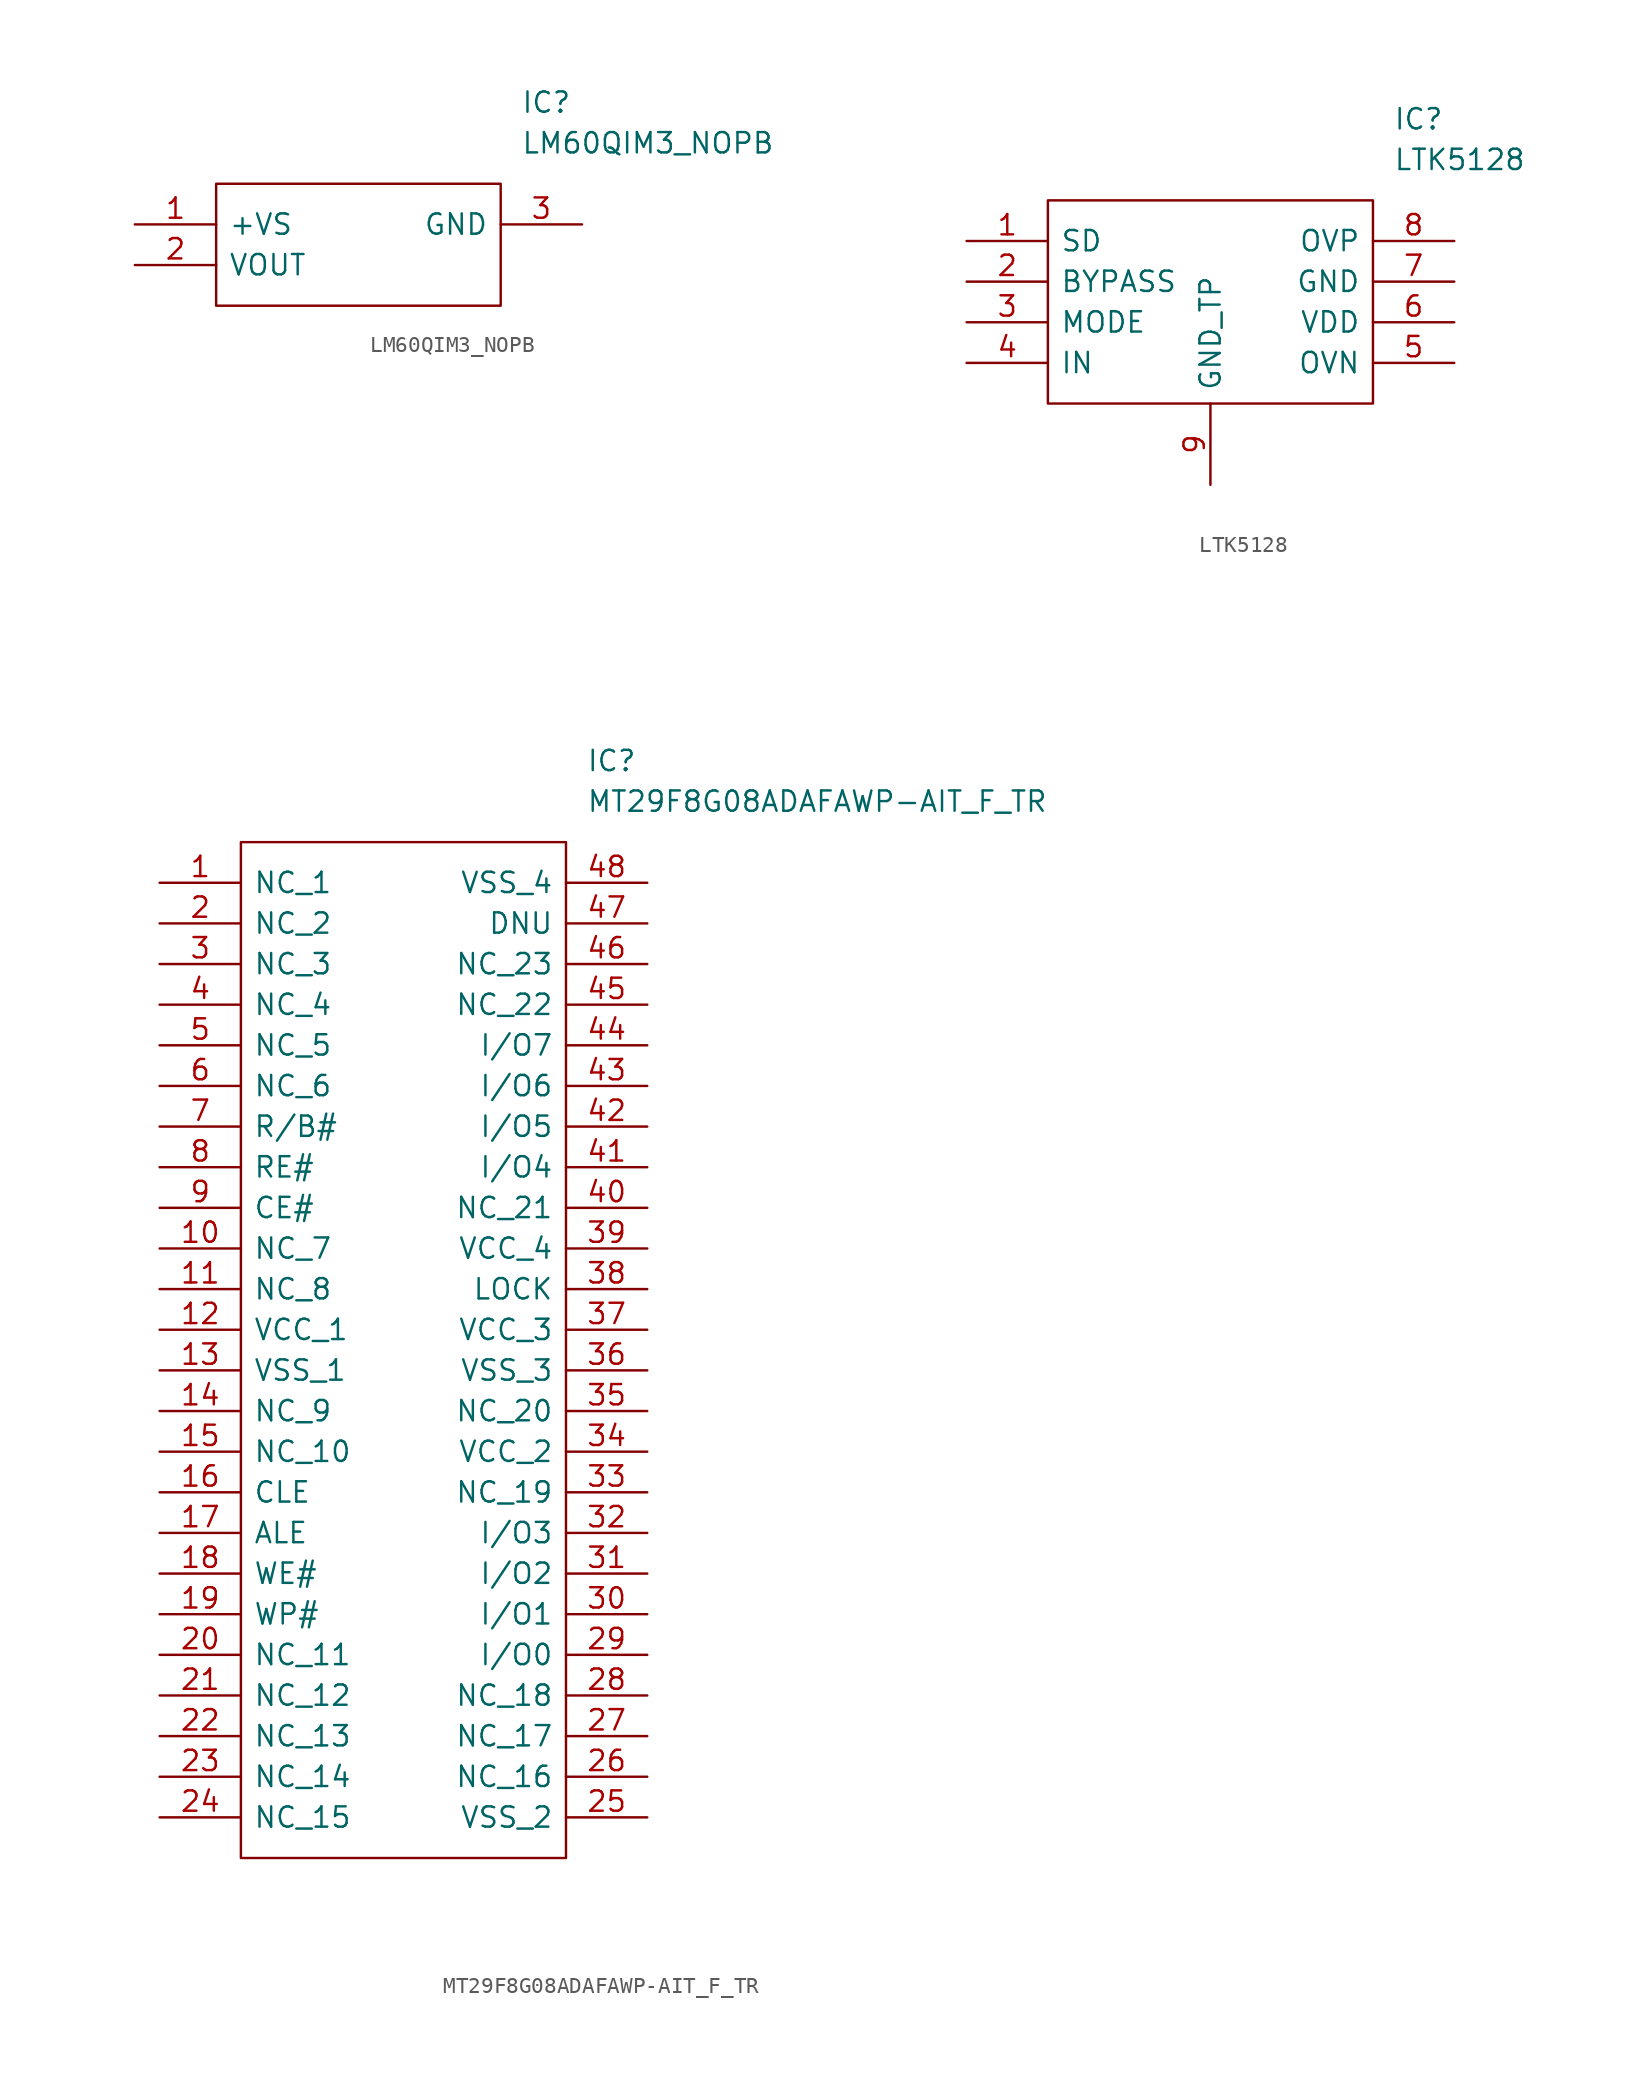
<source format=kicad_sym>
(kicad_symbol_lib
  (version 20211014)
  (generator kicad_symbol_editor)
  (symbol "LM60QIM3_NOPB"
    (pin_names
      (offset 0.762))
    (property "Reference" "IC"
      (at 24.13 7.62 0)
      (effects (font (size 1.27 1.27)) (justify left)))
    (property "Value" "LM60QIM3_NOPB"
      (at 24.13 5.08 0)
      (effects (font (size 1.27 1.27)) (justify left)))
    (symbol "LM60QIM3_NOPB_0_0"
      (pin unspecified line (at 0 0 0) (length 5.08) (name "+VS" (effects (font (size 1.27 1.27)))) (number "1" (effects (font (size 1.27 1.27)))))
      (pin unspecified line (at 0 -2.54 0) (length 5.08) (name "VOUT" (effects (font (size 1.27 1.27)))) (number "2" (effects (font (size 1.27 1.27)))))
      (pin unspecified line (at 27.94 0 180) (length 5.08) (name "GND" (effects (font (size 1.27 1.27)))) (number "3" (effects (font (size 1.27 1.27))))))
    (symbol "LM60QIM3_NOPB_0_1"
      (polyline (pts (xy 5.08 2.54) (xy 22.86 2.54) (xy 22.86 -5.08) (xy 5.08 -5.08) (xy 5.08 2.54)) (stroke (width 0.152) (type default) (color 0 0 0 0)) (fill (type none)))))
  (symbol "LTK5128"
    (pin_names
      (offset 0.762))
    (property "Reference" "IC"
      (at 26.67 7.62 0)
      (effects (font (size 1.27 1.27)) (justify left)))
    (property "Value" "LTK5128"
      (at 26.67 5.08 0)
      (effects (font (size 1.27 1.27)) (justify left)))
    (symbol "LTK5128_0_0"
      (pin input line (at 0 0 0) (length 5.08) (name "SD" (effects (font (size 1.27 1.27)))) (number "1" (effects (font (size 1.27 1.27)))))
      (pin input line (at 0 -2.54 0) (length 5.08) (name "BYPASS" (effects (font (size 1.27 1.27)))) (number "2" (effects (font (size 1.27 1.27)))))
      (pin input line (at 0 -5.08 0) (length 5.08) (name "MODE" (effects (font (size 1.27 1.27)))) (number "3" (effects (font (size 1.27 1.27)))))
      (pin input line (at 0 -7.62 0) (length 5.08) (name "IN" (effects (font (size 1.27 1.27)))) (number "4" (effects (font (size 1.27 1.27)))))
      (pin output line (at 30.48 -7.62 180) (length 5.08) (name "OVN" (effects (font (size 1.27 1.27)))) (number "5" (effects (font (size 1.27 1.27)))))
      (pin power_in line (at 30.48 -5.08 180) (length 5.08) (name "VDD" (effects (font (size 1.27 1.27)))) (number "6" (effects (font (size 1.27 1.27)))))
      (pin power_in line (at 30.48 -2.54 180) (length 5.08) (name "GND" (effects (font (size 1.27 1.27)))) (number "7" (effects (font (size 1.27 1.27)))))
      (pin output line (at 30.48 0 180) (length 5.08) (name "OVP" (effects (font (size 1.27 1.27)))) (number "8" (effects (font (size 1.27 1.27)))))
      (pin power_in line (at 15.24 -15.24 90) (length 5.08) (name "GND_TP" (effects (font (size 1.27 1.27)))) (number "9" (effects (font (size 1.27 1.27))))))
    (symbol "LTK5128_0_1"
      (rectangle (start 5.08 -10.16) (end 25.4 2.54) (stroke (width 0) (type default) (color 0 0 0 0)) (fill (type none)))))
  (symbol "MT29F8G08ADAFAWP-AIT_F_TR"
    (pin_names
      (offset 0.762))
    (property "Reference" "IC"
      (at 26.67 7.62 0)
      (effects (font (size 1.27 1.27)) (justify left)))
    (property "Value" "MT29F8G08ADAFAWP-AIT_F_TR"
      (at 26.67 5.08 0)
      (effects (font (size 1.27 1.27)) (justify left)))
    (symbol "MT29F8G08ADAFAWP-AIT_F_TR_0_0"
      (pin passive line (at 0 0 0) (length 5.08) (name "NC_1" (effects (font (size 1.27 1.27)))) (number "1" (effects (font (size 1.27 1.27)))))
      (pin passive line (at 0 -22.86 0) (length 5.08) (name "NC_7" (effects (font (size 1.27 1.27)))) (number "10" (effects (font (size 1.27 1.27)))))
      (pin passive line (at 0 -25.4 0) (length 5.08) (name "NC_8" (effects (font (size 1.27 1.27)))) (number "11" (effects (font (size 1.27 1.27)))))
      (pin passive line (at 0 -27.94 0) (length 5.08) (name "VCC_1" (effects (font (size 1.27 1.27)))) (number "12" (effects (font (size 1.27 1.27)))))
      (pin passive line (at 0 -30.48 0) (length 5.08) (name "VSS_1" (effects (font (size 1.27 1.27)))) (number "13" (effects (font (size 1.27 1.27)))))
      (pin passive line (at 0 -33.02 0) (length 5.08) (name "NC_9" (effects (font (size 1.27 1.27)))) (number "14" (effects (font (size 1.27 1.27)))))
      (pin passive line (at 0 -35.56 0) (length 5.08) (name "NC_10" (effects (font (size 1.27 1.27)))) (number "15" (effects (font (size 1.27 1.27)))))
      (pin passive line (at 0 -38.1 0) (length 5.08) (name "CLE" (effects (font (size 1.27 1.27)))) (number "16" (effects (font (size 1.27 1.27)))))
      (pin passive line (at 0 -40.64 0) (length 5.08) (name "ALE" (effects (font (size 1.27 1.27)))) (number "17" (effects (font (size 1.27 1.27)))))
      (pin passive line (at 0 -43.18 0) (length 5.08) (name "WE#" (effects (font (size 1.27 1.27)))) (number "18" (effects (font (size 1.27 1.27)))))
      (pin passive line (at 0 -45.72 0) (length 5.08) (name "WP#" (effects (font (size 1.27 1.27)))) (number "19" (effects (font (size 1.27 1.27)))))
      (pin passive line (at 0 -2.54 0) (length 5.08) (name "NC_2" (effects (font (size 1.27 1.27)))) (number "2" (effects (font (size 1.27 1.27)))))
      (pin passive line (at 0 -48.26 0) (length 5.08) (name "NC_11" (effects (font (size 1.27 1.27)))) (number "20" (effects (font (size 1.27 1.27)))))
      (pin passive line (at 0 -50.8 0) (length 5.08) (name "NC_12" (effects (font (size 1.27 1.27)))) (number "21" (effects (font (size 1.27 1.27)))))
      (pin passive line (at 0 -53.34 0) (length 5.08) (name "NC_13" (effects (font (size 1.27 1.27)))) (number "22" (effects (font (size 1.27 1.27)))))
      (pin passive line (at 0 -55.88 0) (length 5.08) (name "NC_14" (effects (font (size 1.27 1.27)))) (number "23" (effects (font (size 1.27 1.27)))))
      (pin passive line (at 0 -58.42 0) (length 5.08) (name "NC_15" (effects (font (size 1.27 1.27)))) (number "24" (effects (font (size 1.27 1.27)))))
      (pin passive line (at 30.48 -58.42 180) (length 5.08) (name "VSS_2" (effects (font (size 1.27 1.27)))) (number "25" (effects (font (size 1.27 1.27)))))
      (pin passive line (at 30.48 -55.88 180) (length 5.08) (name "NC_16" (effects (font (size 1.27 1.27)))) (number "26" (effects (font (size 1.27 1.27)))))
      (pin passive line (at 30.48 -53.34 180) (length 5.08) (name "NC_17" (effects (font (size 1.27 1.27)))) (number "27" (effects (font (size 1.27 1.27)))))
      (pin passive line (at 30.48 -50.8 180) (length 5.08) (name "NC_18" (effects (font (size 1.27 1.27)))) (number "28" (effects (font (size 1.27 1.27)))))
      (pin passive line (at 30.48 -48.26 180) (length 5.08) (name "I/O0" (effects (font (size 1.27 1.27)))) (number "29" (effects (font (size 1.27 1.27)))))
      (pin passive line (at 0 -5.08 0) (length 5.08) (name "NC_3" (effects (font (size 1.27 1.27)))) (number "3" (effects (font (size 1.27 1.27)))))
      (pin passive line (at 30.48 -45.72 180) (length 5.08) (name "I/O1" (effects (font (size 1.27 1.27)))) (number "30" (effects (font (size 1.27 1.27)))))
      (pin passive line (at 30.48 -43.18 180) (length 5.08) (name "I/O2" (effects (font (size 1.27 1.27)))) (number "31" (effects (font (size 1.27 1.27)))))
      (pin passive line (at 30.48 -40.64 180) (length 5.08) (name "I/O3" (effects (font (size 1.27 1.27)))) (number "32" (effects (font (size 1.27 1.27)))))
      (pin passive line (at 30.48 -38.1 180) (length 5.08) (name "NC_19" (effects (font (size 1.27 1.27)))) (number "33" (effects (font (size 1.27 1.27)))))
      (pin passive line (at 30.48 -35.56 180) (length 5.08) (name "VCC_2" (effects (font (size 1.27 1.27)))) (number "34" (effects (font (size 1.27 1.27)))))
      (pin passive line (at 30.48 -33.02 180) (length 5.08) (name "NC_20" (effects (font (size 1.27 1.27)))) (number "35" (effects (font (size 1.27 1.27)))))
      (pin passive line (at 30.48 -30.48 180) (length 5.08) (name "VSS_3" (effects (font (size 1.27 1.27)))) (number "36" (effects (font (size 1.27 1.27)))))
      (pin passive line (at 30.48 -27.94 180) (length 5.08) (name "VCC_3" (effects (font (size 1.27 1.27)))) (number "37" (effects (font (size 1.27 1.27)))))
      (pin passive line (at 30.48 -25.4 180) (length 5.08) (name "LOCK" (effects (font (size 1.27 1.27)))) (number "38" (effects (font (size 1.27 1.27)))))
      (pin passive line (at 30.48 -22.86 180) (length 5.08) (name "VCC_4" (effects (font (size 1.27 1.27)))) (number "39" (effects (font (size 1.27 1.27)))))
      (pin passive line (at 0 -7.62 0) (length 5.08) (name "NC_4" (effects (font (size 1.27 1.27)))) (number "4" (effects (font (size 1.27 1.27)))))
      (pin passive line (at 30.48 -20.32 180) (length 5.08) (name "NC_21" (effects (font (size 1.27 1.27)))) (number "40" (effects (font (size 1.27 1.27)))))
      (pin passive line (at 30.48 -17.78 180) (length 5.08) (name "I/O4" (effects (font (size 1.27 1.27)))) (number "41" (effects (font (size 1.27 1.27)))))
      (pin passive line (at 30.48 -15.24 180) (length 5.08) (name "I/O5" (effects (font (size 1.27 1.27)))) (number "42" (effects (font (size 1.27 1.27)))))
      (pin passive line (at 30.48 -12.7 180) (length 5.08) (name "I/O6" (effects (font (size 1.27 1.27)))) (number "43" (effects (font (size 1.27 1.27)))))
      (pin passive line (at 30.48 -10.16 180) (length 5.08) (name "I/O7" (effects (font (size 1.27 1.27)))) (number "44" (effects (font (size 1.27 1.27)))))
      (pin passive line (at 30.48 -7.62 180) (length 5.08) (name "NC_22" (effects (font (size 1.27 1.27)))) (number "45" (effects (font (size 1.27 1.27)))))
      (pin passive line (at 30.48 -5.08 180) (length 5.08) (name "NC_23" (effects (font (size 1.27 1.27)))) (number "46" (effects (font (size 1.27 1.27)))))
      (pin passive line (at 30.48 -2.54 180) (length 5.08) (name "DNU" (effects (font (size 1.27 1.27)))) (number "47" (effects (font (size 1.27 1.27)))))
      (pin passive line (at 30.48 0 180) (length 5.08) (name "VSS_4" (effects (font (size 1.27 1.27)))) (number "48" (effects (font (size 1.27 1.27)))))
      (pin passive line (at 0 -10.16 0) (length 5.08) (name "NC_5" (effects (font (size 1.27 1.27)))) (number "5" (effects (font (size 1.27 1.27)))))
      (pin passive line (at 0 -12.7 0) (length 5.08) (name "NC_6" (effects (font (size 1.27 1.27)))) (number "6" (effects (font (size 1.27 1.27)))))
      (pin passive line (at 0 -15.24 0) (length 5.08) (name "R/B#" (effects (font (size 1.27 1.27)))) (number "7" (effects (font (size 1.27 1.27)))))
      (pin passive line (at 0 -17.78 0) (length 5.08) (name "RE#" (effects (font (size 1.27 1.27)))) (number "8" (effects (font (size 1.27 1.27)))))
      (pin passive line (at 0 -20.32 0) (length 5.08) (name "CE#" (effects (font (size 1.27 1.27)))) (number "9" (effects (font (size 1.27 1.27))))))
    (symbol "MT29F8G08ADAFAWP-AIT_F_TR_0_1"
      (polyline (pts (xy 5.08 2.54) (xy 25.4 2.54) (xy 25.4 -60.96) (xy 5.08 -60.96) (xy 5.08 2.54)) (stroke (width 0.152) (type default) (color 0 0 0 0)) (fill (type none))))))
</source>
